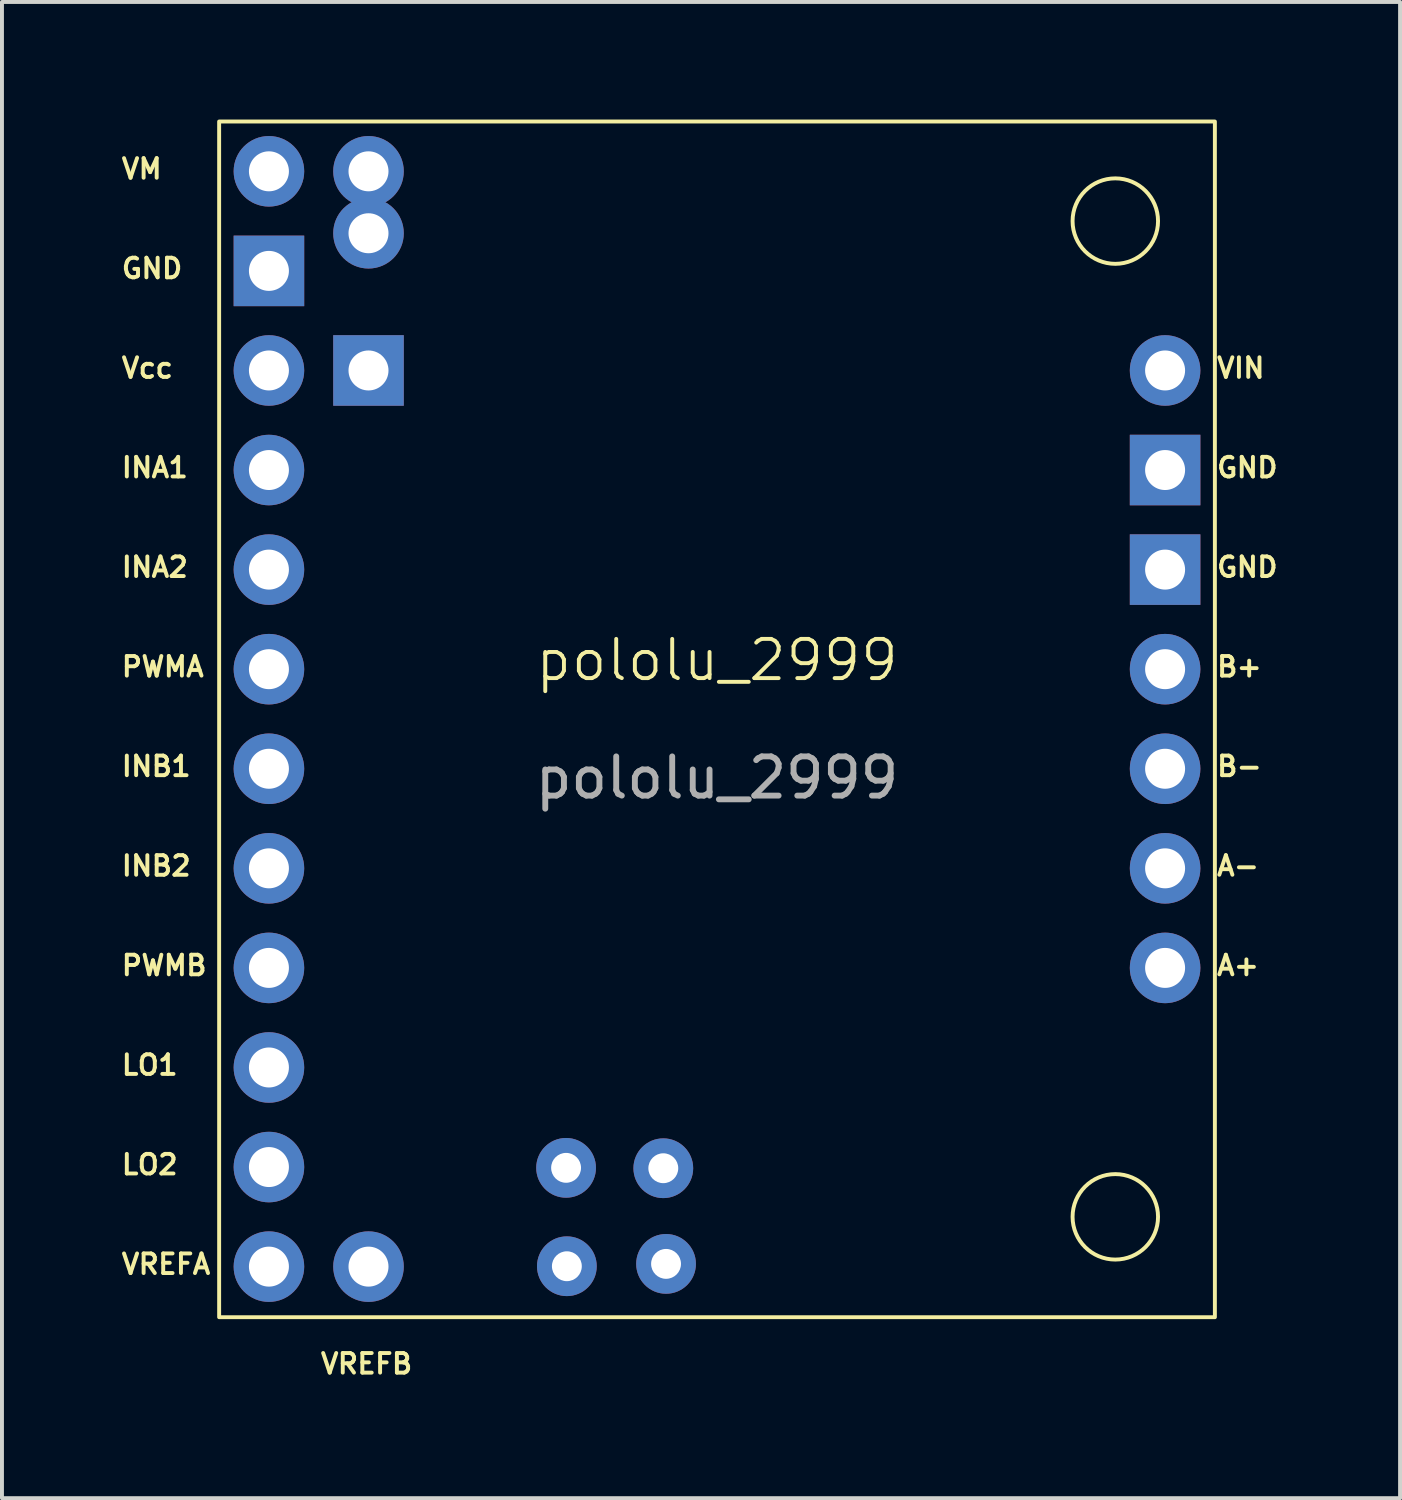
<source format=kicad_pcb>
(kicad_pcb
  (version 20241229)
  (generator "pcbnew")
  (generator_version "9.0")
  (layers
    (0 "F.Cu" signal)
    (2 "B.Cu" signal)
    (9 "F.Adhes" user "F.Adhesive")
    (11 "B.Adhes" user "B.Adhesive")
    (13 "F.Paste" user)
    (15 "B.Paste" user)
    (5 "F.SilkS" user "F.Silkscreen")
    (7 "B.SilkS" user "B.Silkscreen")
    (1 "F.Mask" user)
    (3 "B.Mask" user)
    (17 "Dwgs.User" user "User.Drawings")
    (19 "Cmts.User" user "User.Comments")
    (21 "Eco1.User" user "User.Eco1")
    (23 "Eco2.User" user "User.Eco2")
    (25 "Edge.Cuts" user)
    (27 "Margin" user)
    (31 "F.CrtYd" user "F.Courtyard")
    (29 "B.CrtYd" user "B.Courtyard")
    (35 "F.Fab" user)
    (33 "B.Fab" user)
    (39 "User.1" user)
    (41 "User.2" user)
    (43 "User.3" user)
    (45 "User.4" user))
  (footprint "pololu_2999"
    (layer "F.Cu")
    (at 15.24 15.52)
    (property "Reference" "pololu_2999" (at 0 -1.73 0) (unlocked yes) (layer "F.SilkS") (effects (font (size 1 1) (thickness 0.1))))
    (attr through_hole)
    (fp_rect (start -12.7 -15.47) (end 12.7 15.03) (stroke (width 0.1) (type default)) (fill no) (layer "F.SilkS"))
    (fp_circle (center 10.16 -12.93) (end 11.25 -12.93) (stroke (width 0.1) (type default)) (fill no) (layer "F.SilkS"))
    (fp_circle (center 10.16 12.47) (end 11.25 12.47) (stroke (width 0.1) (type default)) (fill no) (layer "F.SilkS"))
    (fp_text user "GND" (at 12.7 -6.35 0) (unlocked yes) (layer "F.SilkS") (effects (font (size 0.5 0.5) (thickness 0.1)) (justify left bottom)))
    (fp_text user "VIN" (at 12.7 -8.89 0) (unlocked yes) (layer "F.SilkS") (effects (font (size 0.5 0.5) (thickness 0.1)) (justify left bottom)))
    (fp_text user "B-" (at 12.7 1.27 0) (unlocked yes) (layer "F.SilkS") (effects (font (size 0.5 0.5) (thickness 0.1)) (justify left bottom)))
    (fp_text user "GND" (at 12.7 -3.81 0) (unlocked yes) (layer "F.SilkS") (effects (font (size 0.5 0.5) (thickness 0.1)) (justify left bottom)))
    (fp_text user "VM" (at -15.24 -13.97 0) (unlocked yes) (layer "F.SilkS") (effects (font (size 0.5 0.5) (thickness 0.1)) (justify left bottom)))
    (fp_text user "VREFA" (at -15.24 13.97 0) (unlocked yes) (layer "F.SilkS") (effects (font (size 0.5 0.5) (thickness 0.1)) (justify left bottom)))
    (fp_text user "A+" (at 12.7 6.35 0) (unlocked yes) (layer "F.SilkS") (effects (font (size 0.5 0.5) (thickness 0.1)) (justify left bottom)))
    (fp_text user "INA1" (at -15.24 -6.35 0) (unlocked yes) (layer "F.SilkS") (effects (font (size 0.5 0.5) (thickness 0.1)) (justify left bottom)))
    (fp_text user "A-" (at 12.7 3.81 0) (unlocked yes) (layer "F.SilkS") (effects (font (size 0.5 0.5) (thickness 0.1)) (justify left bottom)))
    (fp_text user "PWMB" (at -15.24 6.35 0) (unlocked yes) (layer "F.SilkS") (effects (font (size 0.5 0.5) (thickness 0.1)) (justify left bottom)))
    (fp_text user "Vcc" (at -15.24 -8.89 0) (unlocked yes) (layer "F.SilkS") (effects (font (size 0.5 0.5) (thickness 0.1)) (justify left bottom)))
    (fp_text user "INB1" (at -15.24 1.27 0) (unlocked yes) (layer "F.SilkS") (effects (font (size 0.5 0.5) (thickness 0.1)) (justify left bottom)))
    (fp_text user "LO2" (at -15.24 11.43 0) (unlocked yes) (layer "F.SilkS") (effects (font (size 0.5 0.5) (thickness 0.1)) (justify left bottom)))
    (fp_text user "VREFB" (at -10.16 16.51 0) (unlocked yes) (layer "F.SilkS") (effects (font (size 0.5 0.5) (thickness 0.1)) (justify left bottom)))
    (fp_text user "B+" (at 12.7 -1.27 0) (unlocked yes) (layer "F.SilkS") (effects (font (size 0.5 0.5) (thickness 0.1)) (justify left bottom)))
    (fp_text user "GND" (at -15.24 -11.43 0) (unlocked yes) (layer "F.SilkS") (effects (font (size 0.5 0.5) (thickness 0.1)) (justify left bottom)))
    (fp_text user "PWMA" (at -15.24 -1.27 0) (unlocked yes) (layer "F.SilkS") (effects (font (size 0.5 0.5) (thickness 0.1)) (justify left bottom)))
    (fp_text user "LO1" (at -15.24 8.89 0) (unlocked yes) (layer "F.SilkS") (effects (font (size 0.5 0.5) (thickness 0.1)) (justify left bottom)))
    (fp_text user "INB2" (at -15.24 3.81 0) (unlocked yes) (layer "F.SilkS") (effects (font (size 0.5 0.5) (thickness 0.1)) (justify left bottom)))
    (fp_text user "INA2" (at -15.24 -3.81 0) (unlocked yes) (layer "F.SilkS") (effects (font (size 0.5 0.5) (thickness 0.1)) (justify left bottom)))
    (fp_text user "${REFERENCE}" (at 0 1.27 0) (unlocked yes) (layer "F.Fab") (effects (font (size 1 1) (thickness 0.15))))
    (pad "1" thru_hole oval (at -11.43 -14.2) (size 1.8 1.8) (drill 1.02) (layers "*.Cu" "*.Mask"))
    (pad "2" thru_hole rect (at -11.43 -11.66) (size 1.8 1.8) (drill 1.02) (layers "*.Cu" "*.Mask"))
    (pad "3" thru_hole oval (at -11.43 -9.12) (size 1.8 1.8) (drill 1.02) (layers "*.Cu" "*.Mask"))
    (pad "4" thru_hole oval (at -11.43 -6.58) (size 1.8 1.8) (drill 1.02) (layers "*.Cu" "*.Mask"))
    (pad "5" thru_hole oval (at -11.43 -4.04) (size 1.8 1.8) (drill 1.02) (layers "*.Cu" "*.Mask"))
    (pad "6" thru_hole oval (at -11.43 -1.5) (size 1.8 1.8) (drill 1.02) (layers "*.Cu" "*.Mask"))
    (pad "7" thru_hole oval (at -11.43 1.04) (size 1.8 1.8) (drill 1.02) (layers "*.Cu" "*.Mask"))
    (pad "8" thru_hole oval (at -11.43 3.58) (size 1.8 1.8) (drill 1.02) (layers "*.Cu" "*.Mask"))
    (pad "9" thru_hole oval (at -11.43 6.12) (size 1.8 1.8) (drill 1.02) (layers "*.Cu" "*.Mask"))
    (pad "10" thru_hole oval (at -11.43 8.66) (size 1.8 1.8) (drill 1.02) (layers "*.Cu" "*.Mask"))
    (pad "11" thru_hole oval (at -11.43 11.2) (size 1.8 1.8) (drill 1.02) (layers "*.Cu" "*.Mask"))
    (pad "12" thru_hole oval (at -11.43 13.74) (size 1.8 1.8) (drill 1.02) (layers "*.Cu" "*.Mask"))
    (pad "13" thru_hole oval (at -8.89 13.74) (size 1.8 1.8) (drill 1.02) (layers "*.Cu" "*.Mask"))
    (pad "14" thru_hole oval (at 11.43 -9.12) (size 1.8 1.8) (drill 1.02) (layers "*.Cu" "*.Mask"))
    (pad "15" thru_hole rect (at 11.43 -6.58) (size 1.8 1.8) (drill 1.02) (layers "*.Cu" "*.Mask"))
    (pad "16" thru_hole rect (at 11.43 -4.04) (size 1.8 1.8) (drill 1.02) (layers "*.Cu" "*.Mask"))
    (pad "17" thru_hole oval (at 11.43 -1.5) (size 1.8 1.8) (drill 1.02) (layers "*.Cu" "*.Mask"))
    (pad "18" thru_hole oval (at 11.43 1.04) (size 1.8 1.8) (drill 1.02) (layers "*.Cu" "*.Mask"))
    (pad "19" thru_hole oval (at 11.43 3.58) (size 1.8 1.8) (drill 1.02) (layers "*.Cu" "*.Mask"))
    (pad "20" thru_hole oval (at 11.43 6.12) (size 1.8 1.8) (drill 1.02) (layers "*.Cu" "*.Mask"))
    (pad "21" thru_hole oval (at -8.89 -14.2) (size 1.8 1.8) (drill 1.02) (layers "*.Cu" "*.Mask"))
    (pad "22" thru_hole oval (at -8.89 -12.62) (size 1.8 1.8) (drill 1.02) (layers "*.Cu" "*.Mask"))
    (pad "23" thru_hole rect (at -8.89 -9.12) (size 1.8 1.8) (drill 1.02) (layers "*.Cu" "*.Mask"))
    (pad "24" thru_hole circle (at -3.85 11.22) (size 1.524 1.524) (drill 0.762) (layers "*.Cu" "*.Mask"))
    (pad "25" thru_hole circle (at -1.37 11.23) (size 1.524 1.524) (drill 0.762) (layers "*.Cu" "*.Mask"))
    (pad "26" thru_hole circle (at -1.3 13.67) (size 1.524 1.524) (drill 0.762) (layers "*.Cu" "*.Mask"))
    (pad "27" thru_hole circle (at -3.83 13.73) (size 1.524 1.524) (drill 0.762) (layers "*.Cu" "*.Mask")))
  (gr_rect
    (start -3 -3)
    (end 32.664 35.166)
    (stroke (width 0.1) (type default))
    (fill no)
    (layer "Edge.Cuts")))
</source>
